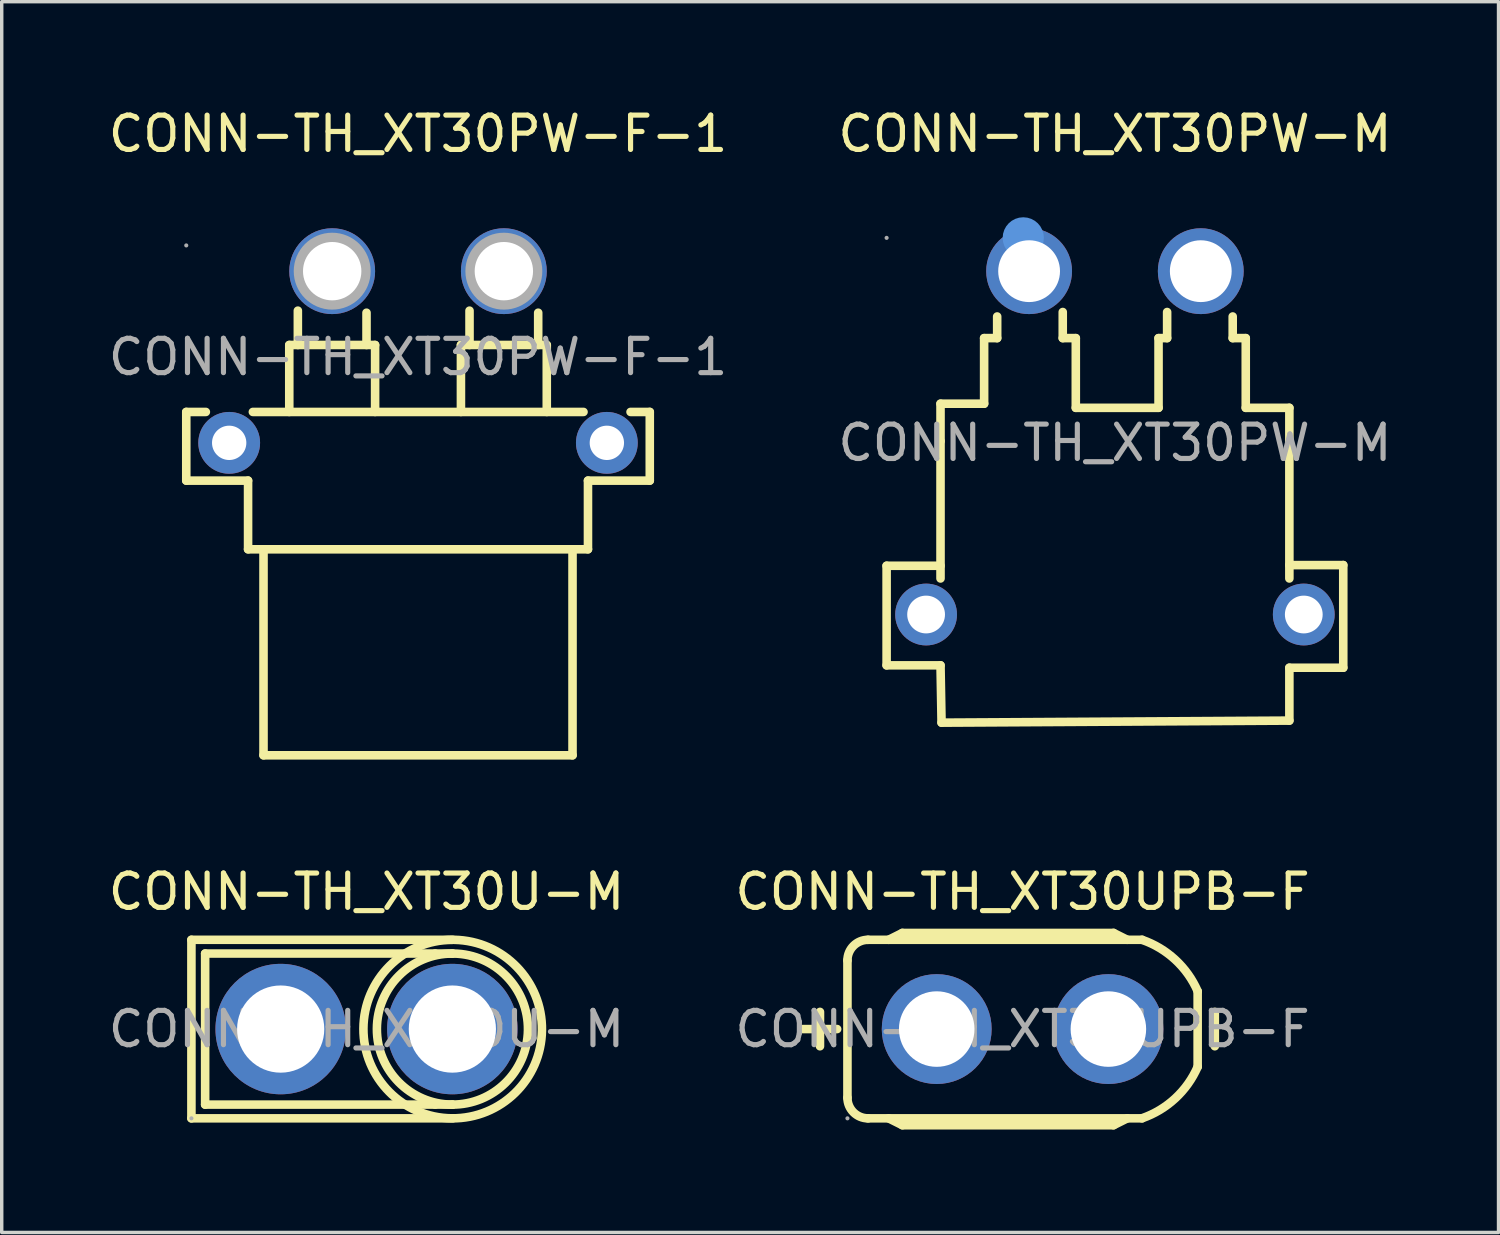
<source format=kicad_pcb>
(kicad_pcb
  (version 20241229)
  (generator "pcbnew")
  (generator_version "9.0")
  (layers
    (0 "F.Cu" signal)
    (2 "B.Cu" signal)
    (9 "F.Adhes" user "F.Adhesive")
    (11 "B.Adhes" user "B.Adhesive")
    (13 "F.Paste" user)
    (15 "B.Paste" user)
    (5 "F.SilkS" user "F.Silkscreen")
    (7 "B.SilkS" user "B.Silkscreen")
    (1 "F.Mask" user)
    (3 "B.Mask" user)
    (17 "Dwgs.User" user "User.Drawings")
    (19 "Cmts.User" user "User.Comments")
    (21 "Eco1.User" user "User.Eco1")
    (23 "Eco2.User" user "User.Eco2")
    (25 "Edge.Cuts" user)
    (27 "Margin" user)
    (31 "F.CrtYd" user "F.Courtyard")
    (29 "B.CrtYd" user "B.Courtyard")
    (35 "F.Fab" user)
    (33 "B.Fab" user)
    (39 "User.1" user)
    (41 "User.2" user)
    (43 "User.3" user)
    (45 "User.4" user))
  (footprint "CONN-TH_XT30PW-M"
    (layer "F.Cu")
    (at 29.423 9.848)
    (property "Reference" "CONN-TH_XT30PW-M" (at 0 -9 0) (layer "F.SilkS") (effects (font (size 1 1) (thickness 0.15))))
    (attr through_hole)
    (fp_line (start -6.65 3.58) (end -6.65 6.48) (stroke (width 0.25) (type solid)) (layer "F.SilkS"))
    (fp_line (start -6.65 3.58) (end -5.08 3.58) (stroke (width 0.25) (type solid)) (layer "F.SilkS"))
    (fp_line (start -6.65 6.48) (end -5.08 6.48) (stroke (width 0.25) (type solid)) (layer "F.SilkS"))
    (fp_line (start -5.08 -1.14) (end -5.08 -0.05) (stroke (width 0.25) (type solid)) (layer "F.SilkS"))
    (fp_line (start -5.08 3.95) (end -5.08 -0.05) (stroke (width 0.25) (type solid)) (layer "F.SilkS"))
    (fp_line (start -5.08 6.48) (end -5.05 8.15) (stroke (width 0.25) (type solid)) (layer "F.SilkS"))
    (fp_line (start -5.05 8.15) (end 5.08 8.09) (stroke (width 0.25) (type solid)) (layer "F.SilkS"))
    (fp_line (start -3.81 -3.05) (end -3.81 -1.14) (stroke (width 0.25) (type solid)) (layer "F.SilkS"))
    (fp_line (start -3.81 -1.14) (end -5.08 -1.14) (stroke (width 0.25) (type solid)) (layer "F.SilkS"))
    (fp_line (start -3.43 -3.68) (end -3.43 -3.05) (stroke (width 0.25) (type solid)) (layer "F.SilkS"))
    (fp_line (start -3.43 -3.05) (end -3.81 -3.05) (stroke (width 0.25) (type solid)) (layer "F.SilkS"))
    (fp_line (start -1.52 -3.81) (end -1.52 -3.05) (stroke (width 0.25) (type solid)) (layer "F.SilkS"))
    (fp_line (start -1.52 -3.05) (end -1.14 -3.05) (stroke (width 0.25) (type solid)) (layer "F.SilkS"))
    (fp_line (start -1.14 -3.05) (end -1.14 -1.02) (stroke (width 0.25) (type solid)) (layer "F.SilkS"))
    (fp_line (start -1.14 -1.02) (end 1.27 -1.02) (stroke (width 0.25) (type solid)) (layer "F.SilkS"))
    (fp_line (start 1.27 -3.05) (end 1.52 -3.05) (stroke (width 0.25) (type solid)) (layer "F.SilkS"))
    (fp_line (start 1.27 -1.02) (end 1.27 -3.05) (stroke (width 0.25) (type solid)) (layer "F.SilkS"))
    (fp_line (start 1.52 -3.05) (end 1.52 -3.81) (stroke (width 0.25) (type solid)) (layer "F.SilkS"))
    (fp_line (start 3.43 -3.68) (end 3.43 -3.05) (stroke (width 0.25) (type solid)) (layer "F.SilkS"))
    (fp_line (start 3.43 -3.05) (end 3.81 -3.05) (stroke (width 0.25) (type solid)) (layer "F.SilkS"))
    (fp_line (start 3.81 -3.05) (end 3.81 -1.02) (stroke (width 0.25) (type solid)) (layer "F.SilkS"))
    (fp_line (start 3.81 -1.02) (end 5.08 -1.02) (stroke (width 0.25) (type solid)) (layer "F.SilkS"))
    (fp_line (start 5.08 -1.02) (end 5.08 -0.05) (stroke (width 0.25) (type solid)) (layer "F.SilkS"))
    (fp_line (start 5.08 3.56) (end 6.65 3.56) (stroke (width 0.25) (type solid)) (layer "F.SilkS"))
    (fp_line (start 5.08 3.95) (end 5.08 -0.05) (stroke (width 0.25) (type solid)) (layer "F.SilkS"))
    (fp_line (start 5.08 6.55) (end 6.65 6.55) (stroke (width 0.25) (type solid)) (layer "F.SilkS"))
    (fp_line (start 5.08 8.09) (end 5.08 6.55) (stroke (width 0.25) (type solid)) (layer "F.SilkS"))
    (fp_line (start 6.65 3.56) (end 6.65 6.55) (stroke (width 0.25) (type solid)) (layer "F.SilkS"))
    (fp_circle (center -2.67 -5.97) (end -2.37 -5.97) (stroke (width 0.6) (type solid)) (fill no) (layer "Cmts.User"))
    (fp_circle (center -6.65 -5.97) (end -6.62 -5.97) (stroke (width 0.06) (type solid)) (fill no) (layer "F.Fab"))
    (fp_circle (center -5.5 5) (end -5.31 5) (stroke (width 0.38) (type solid)) (fill no) (layer "F.Fab"))
    (fp_circle (center -2.5 -5) (end -2.17 -5) (stroke (width 0.65) (type solid)) (fill no) (layer "F.Fab"))
    (fp_circle (center 2.5 -5) (end 2.83 -5) (stroke (width 0.65) (type solid)) (fill no) (layer "F.Fab"))
    (fp_circle (center 5.5 5) (end 5.69 5) (stroke (width 0.38) (type solid)) (fill no) (layer "F.Fab"))
    (fp_text user "${REFERENCE}" (at 0 0 0) (layer "F.Fab") (effects (font (size 1 1) (thickness 0.15))))
    (pad "1" thru_hole circle (at -2.5 -5) (size 2.5 2.5) (drill 1.8) (layers "*.Cu" "*.Mask"))
    (pad "2" thru_hole circle (at 2.5 -5) (size 2.5 2.5) (drill 1.8) (layers "*.Cu" "*.Mask"))
    (pad "3" thru_hole circle (at 5.5 5) (size 1.8 1.8) (drill 1.1) (layers "*.Cu" "*.Mask"))
    (pad "4" thru_hole circle (at -5.5 5) (size 1.8 1.8) (drill 1.1) (layers "*.Cu" "*.Mask")))
  (footprint "CONN-TH_XT30UPB-F"
    (layer "F.Cu")
    (at 26.732 26.922)
    (property "Reference" "CONN-TH_XT30UPB-F" (at 0 -4 0) (layer "F.SilkS") (effects (font (size 1 1) (thickness 0.15))))
    (attr through_hole)
    (fp_line (start -6.4 0) (end -5.4 0) (stroke (width 0.25) (type solid)) (layer "F.SilkS"))
    (fp_line (start -5.9 0.5) (end -5.9 -0.5) (stroke (width 0.25) (type solid)) (layer "F.SilkS"))
    (fp_line (start -5.1 2) (end -5.1 -2) (stroke (width 0.25) (type solid)) (layer "F.SilkS"))
    (fp_line (start -4.5 -2.6) (end 3.48 -2.6) (stroke (width 0.25) (type solid)) (layer "F.SilkS"))
    (fp_line (start -4.5 2.6) (end 3.48 2.6) (stroke (width 0.25) (type solid)) (layer "F.SilkS"))
    (fp_line (start -3.9 -2.6) (end -3.5 -2.8) (stroke (width 0.25) (type solid)) (layer "F.SilkS"))
    (fp_line (start -3.9 2.6) (end -3.5 2.8) (stroke (width 0.25) (type solid)) (layer "F.SilkS"))
    (fp_line (start 2.65 -2.8) (end -3.5 -2.8) (stroke (width 0.25) (type solid)) (layer "F.SilkS"))
    (fp_line (start 2.65 2.8) (end -3.5 2.8) (stroke (width 0.25) (type solid)) (layer "F.SilkS"))
    (fp_line (start 3.05 -2.6) (end 2.65 -2.8) (stroke (width 0.25) (type solid)) (layer "F.SilkS"))
    (fp_line (start 3.05 2.6) (end 2.65 2.8) (stroke (width 0.25) (type solid)) (layer "F.SilkS"))
    (fp_line (start 5.1 1.1) (end 5.1 -1.1) (stroke (width 0.25) (type solid)) (layer "F.SilkS"))
    (fp_line (start 5.6 0.5) (end 5.6 -0.5) (stroke (width 0.25) (type solid)) (layer "F.SilkS"))
    (fp_arc (start -5.1 -2) (mid -4.924264 -2.424264) (end -4.5 -2.6) (stroke (width 0.25) (type solid)) (layer "F.SilkS"))
    (fp_arc (start -4.5 2.6) (mid -4.924264 2.424264) (end -5.1 2) (stroke (width 0.25) (type solid)) (layer "F.SilkS"))
    (fp_arc (start 3.48 -2.6) (mid 4.447927 -2.020111) (end 5.101698 -1.100472) (stroke (width 0.25) (type solid)) (layer "F.SilkS"))
    (fp_arc (start 5.1 1.1) (mid 4.446561 2.018997) (end 3.479196 2.598432) (stroke (width 0.25) (type solid)) (layer "F.SilkS"))
    (fp_circle (center -5.1 2.6) (end -5.07 2.6) (stroke (width 0.06) (type solid)) (fill no) (layer "F.Fab"))
    (fp_circle (center -2.5 0) (end -2.1 0) (stroke (width 0.8) (type solid)) (fill no) (layer "F.Fab"))
    (fp_circle (center 2.5 0) (end 2.9 0) (stroke (width 0.8) (type solid)) (fill no) (layer "F.Fab"))
    (fp_text user "${REFERENCE}" (at 0 0 0) (layer "F.Fab") (effects (font (size 1 1) (thickness 0.15))))
    (pad "1" thru_hole circle (at -2.5 0 90) (size 3.2 3.2) (drill 2.2) (layers "*.Cu" "*.Mask"))
    (pad "2" thru_hole circle (at 2.5 0 90) (size 3.2 3.2) (drill 2.2) (layers "*.Cu" "*.Mask")))
  (footprint "CONN-TH_XT30PW-F-1"
    (layer "F.Cu")
    (at 9.125 7.348)
    (property "Reference" "CONN-TH_XT30PW-F-1" (at 0 -6.5 0) (layer "F.SilkS") (effects (font (size 1 1) (thickness 0.15))))
    (attr through_hole)
    (fp_line (start -6.75 1.6) (end -6.75 3.6) (stroke (width 0.25) (type solid)) (layer "F.SilkS"))
    (fp_line (start -6.75 3.6) (end -4.95 3.6) (stroke (width 0.25) (type solid)) (layer "F.SilkS"))
    (fp_line (start -6.18 1.6) (end -6.75 1.6) (stroke (width 0.25) (type solid)) (layer "F.SilkS"))
    (fp_line (start -4.95 5.6) (end -4.95 3.6) (stroke (width 0.25) (type solid)) (layer "F.SilkS"))
    (fp_line (start -4.81 1.6) (end 4.82 1.6) (stroke (width 0.25) (type solid)) (layer "F.SilkS"))
    (fp_line (start -4.5 11.6) (end -4.5 5.6) (stroke (width 0.25) (type solid)) (layer "F.SilkS"))
    (fp_line (start -4.5 11.6) (end 4.5 11.6) (stroke (width 0.25) (type solid)) (layer "F.SilkS"))
    (fp_line (start -3.75 -0.35) (end -1.25 -0.35) (stroke (width 0.25) (type solid)) (layer "F.SilkS"))
    (fp_line (start -3.75 1.6) (end -3.75 -0.35) (stroke (width 0.25) (type solid)) (layer "F.SilkS"))
    (fp_line (start -3.5 -0.35) (end -3.5 -1.35) (stroke (width 0.25) (type solid)) (layer "F.SilkS"))
    (fp_line (start -1.5 -0.35) (end -1.5 -1.29) (stroke (width 0.25) (type solid)) (layer "F.SilkS"))
    (fp_line (start -1.25 1.6) (end -1.25 -0.35) (stroke (width 0.25) (type solid)) (layer "F.SilkS"))
    (fp_line (start 1.25 -0.35) (end 3.75 -0.35) (stroke (width 0.25) (type solid)) (layer "F.SilkS"))
    (fp_line (start 1.25 1.6) (end 1.25 -0.35) (stroke (width 0.25) (type solid)) (layer "F.SilkS"))
    (fp_line (start 1.5 -0.35) (end 1.5 -1.35) (stroke (width 0.25) (type solid)) (layer "F.SilkS"))
    (fp_line (start 3.5 -0.35) (end 3.5 -1.29) (stroke (width 0.25) (type solid)) (layer "F.SilkS"))
    (fp_line (start 3.75 1.6) (end 3.75 -0.35) (stroke (width 0.25) (type solid)) (layer "F.SilkS"))
    (fp_line (start 4.5 11.6) (end 4.5 5.6) (stroke (width 0.25) (type solid)) (layer "F.SilkS"))
    (fp_line (start 4.95 5.6) (end -4.95 5.6) (stroke (width 0.25) (type solid)) (layer "F.SilkS"))
    (fp_line (start 4.95 5.6) (end 4.95 3.6) (stroke (width 0.25) (type solid)) (layer "F.SilkS"))
    (fp_line (start 6.19 1.6) (end 6.75 1.6) (stroke (width 0.25) (type solid)) (layer "F.SilkS"))
    (fp_line (start 6.75 1.6) (end 6.75 3.6) (stroke (width 0.25) (type solid)) (layer "F.SilkS"))
    (fp_line (start 6.75 3.6) (end 4.95 3.6) (stroke (width 0.25) (type solid)) (layer "F.SilkS"))
    (fp_circle (center -6.75 -3.25) (end -6.72 -3.25) (stroke (width 0.06) (type solid)) (fill no) (layer "F.Fab"))
    (fp_circle (center -5.5 2.5) (end -5.3 2.5) (stroke (width 0.4) (type solid)) (fill no) (layer "F.Fab"))
    (fp_circle (center -2.5 -2.5) (end -2.13 -2.5) (stroke (width 0.75) (type solid)) (fill no) (layer "F.Fab"))
    (fp_circle (center 2.5 -2.5) (end 2.87 -2.5) (stroke (width 0.75) (type solid)) (fill no) (layer "F.Fab"))
    (fp_circle (center 5.5 2.5) (end 5.7 2.5) (stroke (width 0.4) (type solid)) (fill no) (layer "F.Fab"))
    (fp_text user "${REFERENCE}" (at 0 0 0) (layer "F.Fab") (effects (font (size 1 1) (thickness 0.15))))
    (pad "1" thru_hole circle (at -2.5 -2.5) (size 2.5 2.5) (drill 1.7) (layers "*.Cu" "*.Mask"))
    (pad "2" thru_hole circle (at 2.5 -2.5) (size 2.5 2.5) (drill 1.7) (layers "*.Cu" "*.Mask"))
    (pad "3" thru_hole circle (at 5.5 2.5) (size 1.8 1.8) (drill 1) (layers "*.Cu" "*.Mask"))
    (pad "4" thru_hole circle (at -5.5 2.5) (size 1.8 1.8) (drill 1) (layers "*.Cu" "*.Mask")))
  (footprint "CONN-TH_XT30U-M"
    (layer "F.Cu")
    (at 7.625 26.922)
    (property "Reference" "CONN-TH_XT30U-M" (at 0 -4 0) (layer "F.SilkS") (effects (font (size 1 1) (thickness 0.15))))
    (attr through_hole)
    (fp_line (start -5.1 -2.6) (end -5.1 2.6) (stroke (width 0.25) (type solid)) (layer "F.SilkS"))
    (fp_line (start -5.1 2.6) (end 2.51 2.6) (stroke (width 0.25) (type solid)) (layer "F.SilkS"))
    (fp_line (start -4.7 -2.2) (end -4.7 2.2) (stroke (width 0.25) (type solid)) (layer "F.SilkS"))
    (fp_line (start -4.7 -2.2) (end 2 -2.2) (stroke (width 0.25) (type solid)) (layer "F.SilkS"))
    (fp_line (start -4.7 2.2) (end 2 2.2) (stroke (width 0.25) (type solid)) (layer "F.SilkS"))
    (fp_line (start 2 -2.2) (end 2.5 -2.2) (stroke (width 0.25) (type solid)) (layer "F.SilkS"))
    (fp_line (start 2 2.2) (end 2.5 2.2) (stroke (width 0.25) (type solid)) (layer "F.SilkS"))
    (fp_line (start 2.5 -2.2) (end 2.5 -2.2) (stroke (width 0.25) (type solid)) (layer "F.SilkS"))
    (fp_line (start 2.5 2.2) (end 2.5 2.2) (stroke (width 0.25) (type solid)) (layer "F.SilkS"))
    (fp_line (start 2.51 -2.6) (end -5.1 -2.6) (stroke (width 0.25) (type solid)) (layer "F.SilkS"))
    (fp_arc (start 2.538395 -2.199665) (mid 2.480802 2.199916) (end 2.5 -2.2) (stroke (width 0.25) (type solid)) (layer "F.SilkS"))
    (fp_arc (start 2.555376 -2.599604) (mid 2.487311 2.599901) (end 2.51 -2.6) (stroke (width 0.25) (type solid)) (layer "F.SilkS"))
    (fp_circle (center -5.1 2.6) (end -5.07 2.6) (stroke (width 0.06) (type solid)) (fill no) (layer "F.Fab"))
    (fp_circle (center -2.5 0) (end -2 0) (stroke (width 1) (type solid)) (fill no) (layer "F.Fab"))
    (fp_circle (center 2.5 0) (end 3 0) (stroke (width 1) (type solid)) (fill no) (layer "F.Fab"))
    (fp_text user "${REFERENCE}" (at 0 0 0) (layer "F.Fab") (effects (font (size 1 1) (thickness 0.15))))
    (pad "1" thru_hole circle (at -2.5 0) (size 3.8 3.8) (drill 2.54) (layers "*.Cu" "*.Mask"))
    (pad "2" thru_hole circle (at 2.5 0) (size 3.8 3.8) (drill 2.54) (layers "*.Cu" "*.Mask")))
  (gr_rect
    (start -3 -3)
    (end 40.595 32.846)
    (stroke (width 0.1) (type default))
    (fill no)
    (layer "Edge.Cuts")))
</source>
